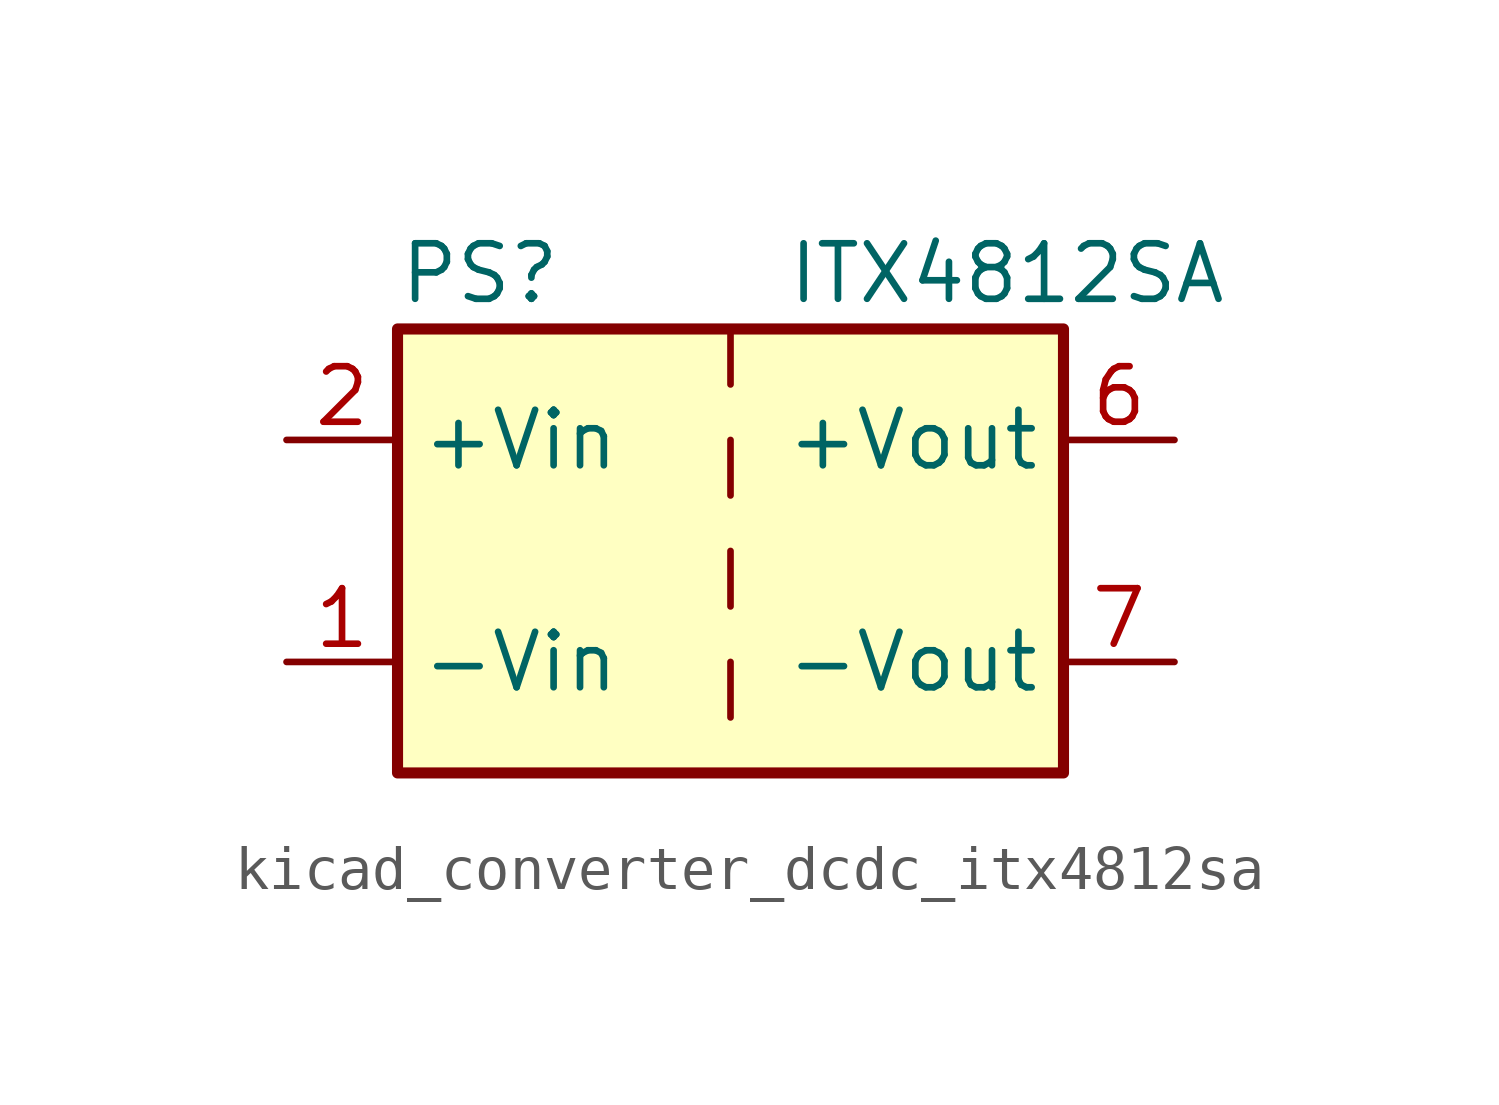
<source format=kicad_sym>
(kicad_symbol_lib
  (version 20220914)
  (generator kicad_symbol_editor)
  (symbol "kicad_converter_dcdc_itx4812sa"
    (property "Reference" "PS"
      (at -7.62 6.35 0)
      (effects (font (size 1.27 1.27)) (justify left)))
    (property "Value" "ITX4812SA"
      (at 1.27 6.35 0)
      (effects (font (size 1.27 1.27)) (justify left)))
    (symbol "kicad_converter_dcdc_itx4812sa_0_0"
      (pin power_in line (at -10.16 -2.54 0) (length 2.54) (name "-Vin" (effects (font (size 1.27 1.27)))) (number "1" (effects (font (size 1.27 1.27)))))
      (pin power_in line (at -10.16 2.54 0) (length 2.54) (name "+Vin" (effects (font (size 1.27 1.27)))) (number "2" (effects (font (size 1.27 1.27)))))
      (pin power_out line (at 10.16 2.54 180) (length 2.54) (name "+Vout" (effects (font (size 1.27 1.27)))) (number "6" (effects (font (size 1.27 1.27)))))
      (pin power_out line (at 10.16 -2.54 180) (length 2.54) (name "-Vout" (effects (font (size 1.27 1.27)))) (number "7" (effects (font (size 1.27 1.27)))))
      (pin no_connect line (at 7.62 0 180) (length 2.54) hide (name "NC" (effects (font (size 1.27 1.27)))) (number "8" (effects (font (size 1.27 1.27))))))
    (symbol "kicad_converter_dcdc_itx4812sa_0_1"
      (rectangle (start -7.62 5.08) (end 7.62 -5.08) (stroke (width 0.254) (type default)) (fill (type background)))
      (polyline (pts (xy 0 -2.54) (xy 0 -3.81)) (stroke (width 0) (type default)) (fill (type none)))
      (polyline (pts (xy 0 0) (xy 0 -1.27)) (stroke (width 0) (type default)) (fill (type none)))
      (polyline (pts (xy 0 2.54) (xy 0 1.27)) (stroke (width 0) (type default)) (fill (type none)))
      (polyline (pts (xy 0 5.08) (xy 0 3.81)) (stroke (width 0) (type default)) (fill (type none))))))
</source>
